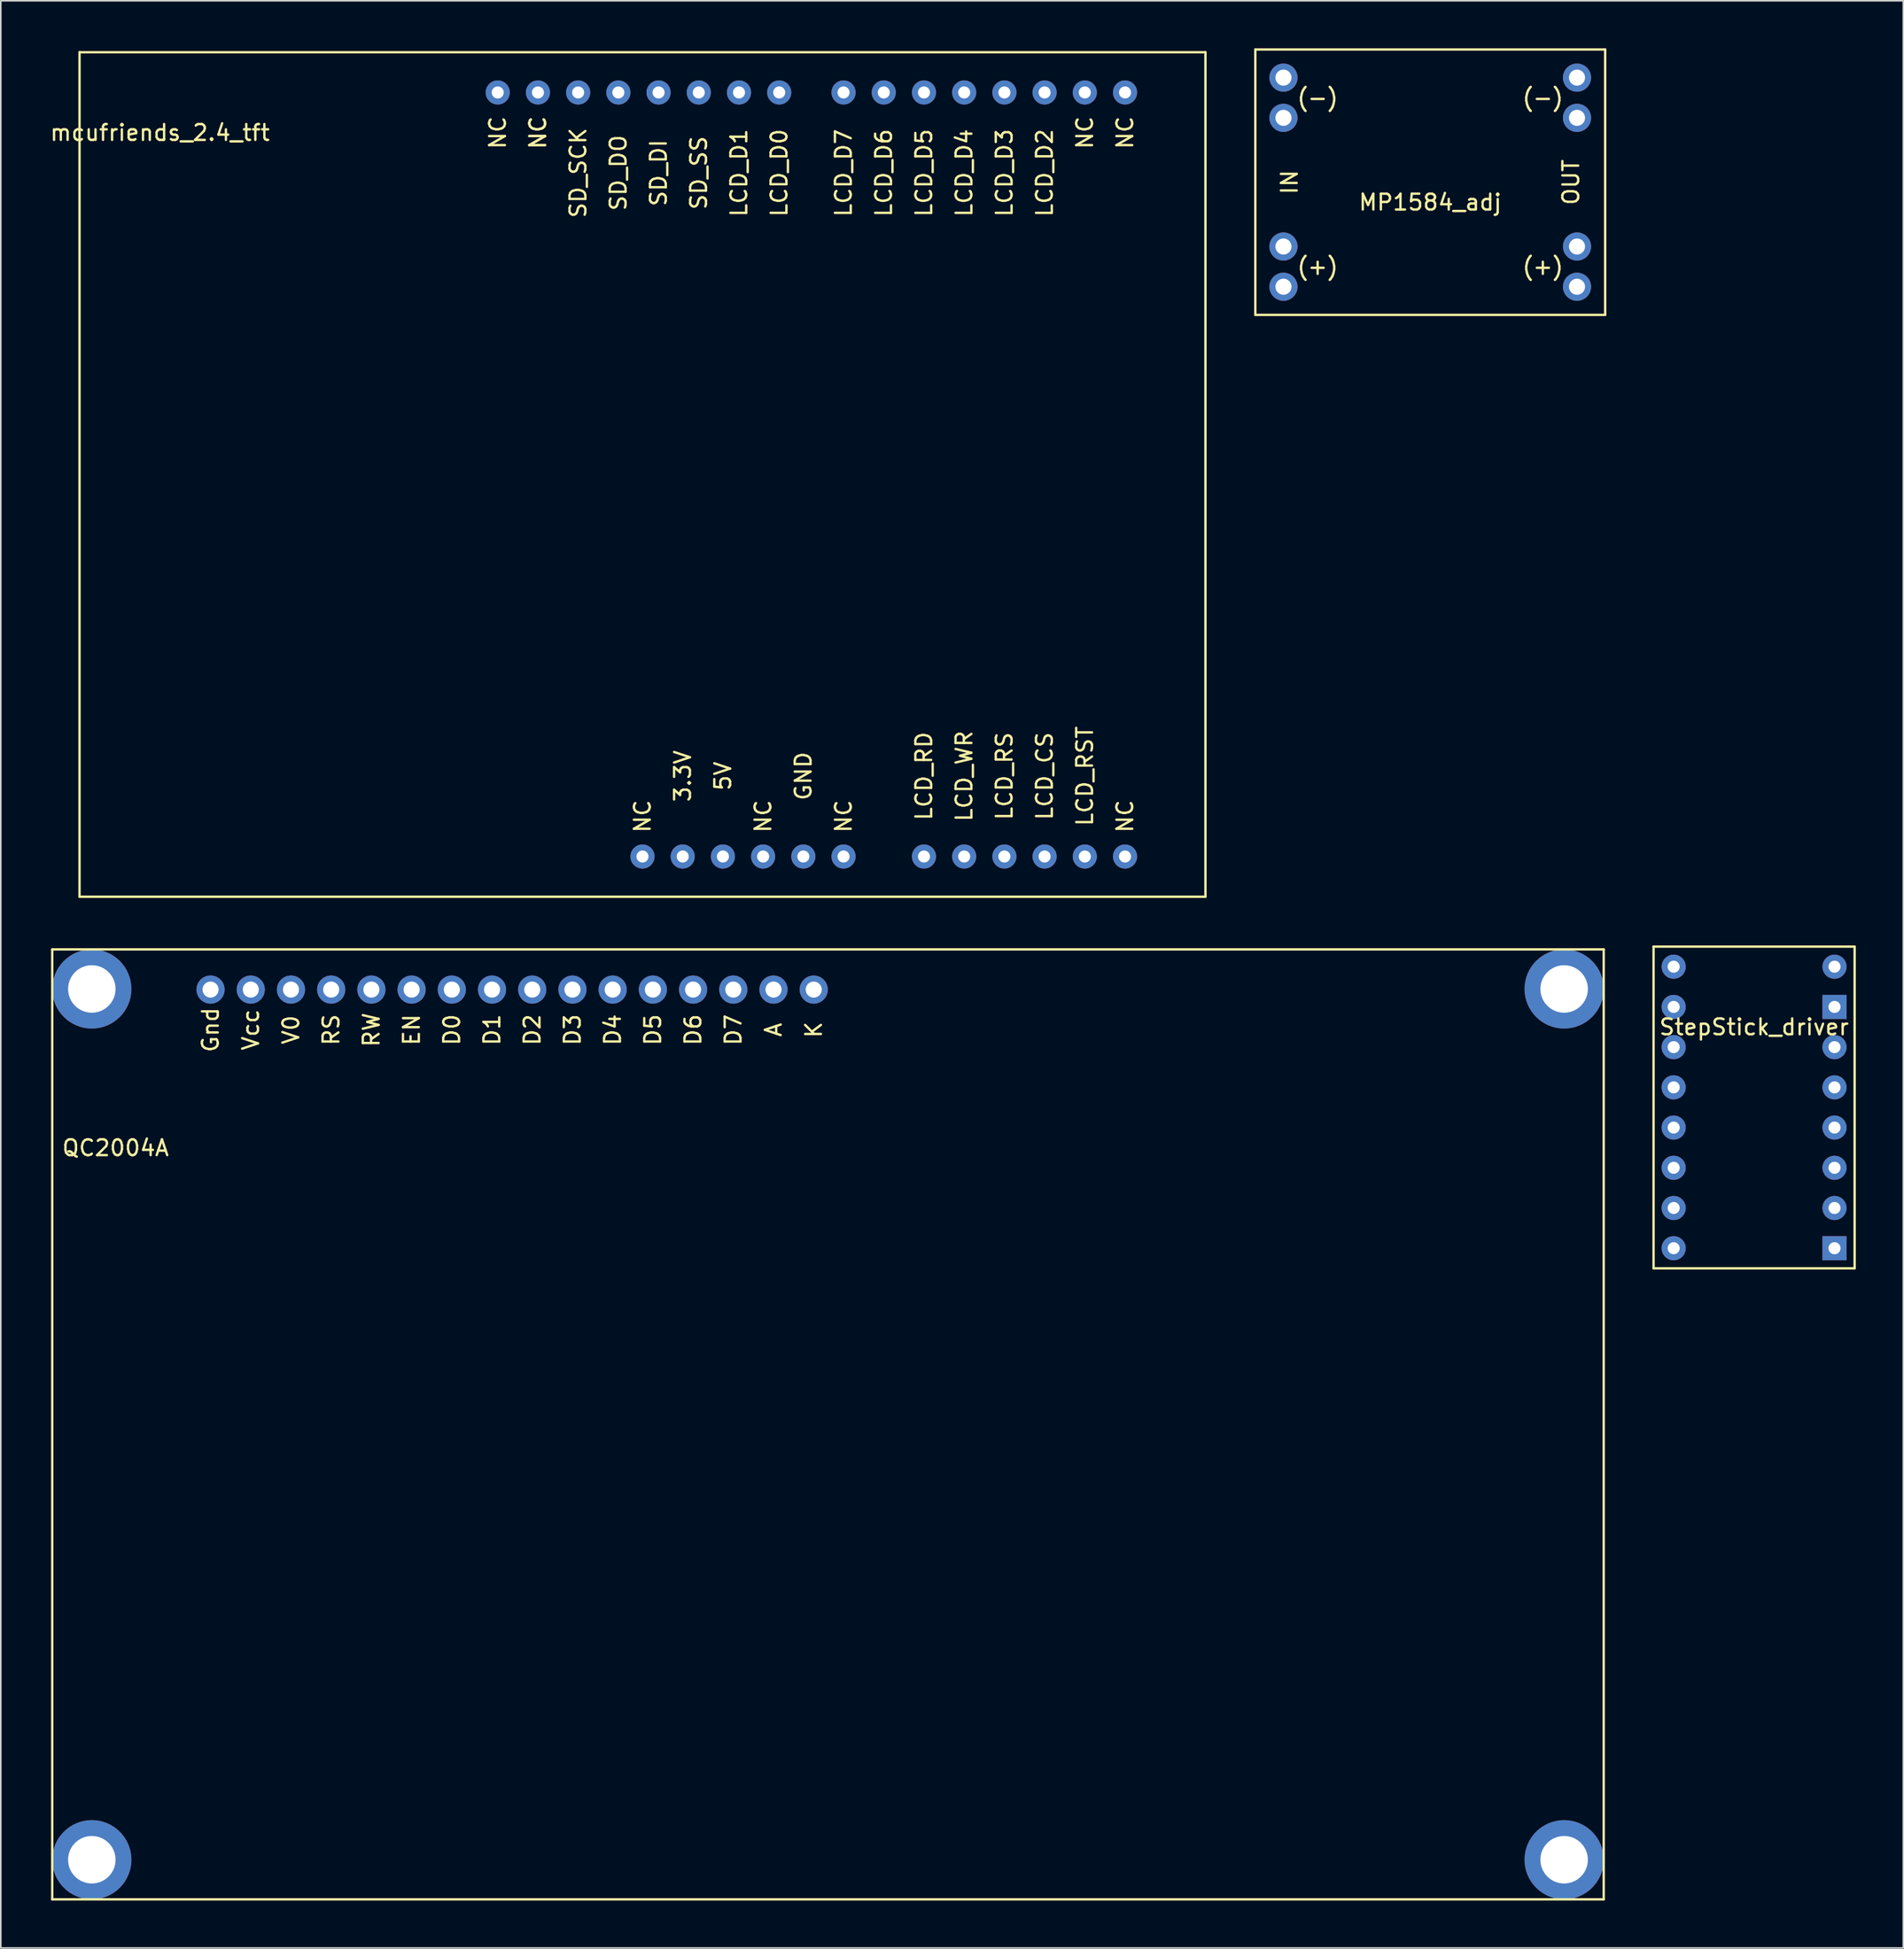
<source format=kicad_pcb>
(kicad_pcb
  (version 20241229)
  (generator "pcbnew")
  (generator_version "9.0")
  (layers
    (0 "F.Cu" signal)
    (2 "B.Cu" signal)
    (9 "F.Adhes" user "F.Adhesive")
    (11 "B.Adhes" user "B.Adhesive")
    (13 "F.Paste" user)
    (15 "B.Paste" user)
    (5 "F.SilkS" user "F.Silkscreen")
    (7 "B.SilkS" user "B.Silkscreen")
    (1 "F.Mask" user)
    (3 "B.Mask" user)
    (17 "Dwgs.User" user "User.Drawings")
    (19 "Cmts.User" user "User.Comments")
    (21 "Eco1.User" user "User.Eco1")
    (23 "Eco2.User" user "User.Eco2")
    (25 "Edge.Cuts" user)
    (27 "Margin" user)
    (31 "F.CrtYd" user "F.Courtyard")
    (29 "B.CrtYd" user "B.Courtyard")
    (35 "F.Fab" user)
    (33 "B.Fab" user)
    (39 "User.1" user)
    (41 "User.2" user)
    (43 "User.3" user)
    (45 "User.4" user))
  (footprint "QC2004A"
    (layer "F.Cu")
    (at 0.25 56.915)
    (property "Reference" "QC2004A" (at 4 12.54 0) (layer "F.SilkS") (effects (font (size 1 1) (thickness 0.15))))
    (attr through_hole)
    (fp_line (start 0 0) (end 98 0) (stroke (width 0.15) (type solid)) (layer "F.SilkS"))
    (fp_line (start 0 60) (end 0 0) (stroke (width 0.15) (type solid)) (layer "F.SilkS"))
    (fp_line (start 98 0) (end 98 60) (stroke (width 0.15) (type solid)) (layer "F.SilkS"))
    (fp_line (start 98 60) (end 0 60) (stroke (width 0.15) (type solid)) (layer "F.SilkS"))
    (fp_text user "EN" (at 22.7 5.08 90) (layer "F.SilkS") (effects (font (size 1 1) (thickness 0.15))))
    (fp_text user "Vcc" (at 12.54 5.08 90) (layer "F.SilkS") (effects (font (size 1 1) (thickness 0.15))))
    (fp_text user "RW" (at 20.16 5.08 90) (layer "F.SilkS") (effects (font (size 1 1) (thickness 0.15))))
    (fp_text user "D3" (at 32.86 5.08 90) (layer "F.SilkS") (effects (font (size 1 1) (thickness 0.15))))
    (fp_text user "K" (at 48.1 5.08 90) (layer "F.SilkS") (effects (font (size 1 1) (thickness 0.15))))
    (fp_text user "D6" (at 40.48 5.08 90) (layer "F.SilkS") (effects (font (size 1 1) (thickness 0.15))))
    (fp_text user "A" (at 45.56 5.08 90) (layer "F.SilkS") (effects (font (size 1 1) (thickness 0.15))))
    (fp_text user "D0" (at 25.24 5.08 90) (layer "F.SilkS") (effects (font (size 1 1) (thickness 0.15))))
    (fp_text user "D5" (at 37.94 5.08 90) (layer "F.SilkS") (effects (font (size 1 1) (thickness 0.15))))
    (fp_text user "D7" (at 43.02 5.08 90) (layer "F.SilkS") (effects (font (size 1 1) (thickness 0.15))))
    (fp_text user "D1" (at 27.78 5.08 90) (layer "F.SilkS") (effects (font (size 1 1) (thickness 0.15))))
    (fp_text user "V0" (at 15.08 5.08 90) (layer "F.SilkS") (effects (font (size 1 1) (thickness 0.15))))
    (fp_text user "RS" (at 17.62 5.08 90) (layer "F.SilkS") (effects (font (size 1 1) (thickness 0.15))))
    (fp_text user "D4" (at 35.4 5.08 90) (layer "F.SilkS") (effects (font (size 1 1) (thickness 0.15))))
    (fp_text user "D2" (at 30.32 5.08 90) (layer "F.SilkS") (effects (font (size 1 1) (thickness 0.15))))
    (fp_text user "Gnd" (at 10 5.08 90) (layer "F.SilkS") (effects (font (size 1 1) (thickness 0.15))))
    (pad "" np_thru_hole circle (at 2.5 2.5) (size 5 5) (drill 3) (layers "*.Cu" "*.Mask"))
    (pad "" np_thru_hole circle (at 2.5 57.5) (size 5 5) (drill 3) (layers "*.Cu" "*.Mask"))
    (pad "" np_thru_hole circle (at 95.5 2.5) (size 5 5) (drill 3) (layers "*.Cu" "*.Mask"))
    (pad "" np_thru_hole circle (at 95.5 57.5) (size 5 5) (drill 3) (layers "*.Cu" "*.Mask"))
    (pad "1" thru_hole circle (at 10 2.54) (size 1.778 1.778) (drill 1.016) (layers "*.Cu" "*.Mask"))
    (pad "2" thru_hole circle (at 12.54 2.54) (size 1.778 1.778) (drill 1.016) (layers "*.Cu" "*.Mask"))
    (pad "3" thru_hole circle (at 15.08 2.54) (size 1.778 1.778) (drill 1.016) (layers "*.Cu" "*.Mask"))
    (pad "4" thru_hole circle (at 17.62 2.54) (size 1.778 1.778) (drill 1.016) (layers "*.Cu" "*.Mask"))
    (pad "5" thru_hole circle (at 20.16 2.54) (size 1.778 1.778) (drill 1.016) (layers "*.Cu" "*.Mask"))
    (pad "6" thru_hole circle (at 22.7 2.54) (size 1.778 1.778) (drill 1.016) (layers "*.Cu" "*.Mask"))
    (pad "7" thru_hole circle (at 25.24 2.54) (size 1.778 1.778) (drill 1.016) (layers "*.Cu" "*.Mask"))
    (pad "8" thru_hole circle (at 27.78 2.54) (size 1.778 1.778) (drill 1.016) (layers "*.Cu" "*.Mask"))
    (pad "9" thru_hole circle (at 30.32 2.54) (size 1.778 1.778) (drill 1.016) (layers "*.Cu" "*.Mask"))
    (pad "10" thru_hole circle (at 32.86 2.54) (size 1.778 1.778) (drill 1.016) (layers "*.Cu" "*.Mask"))
    (pad "11" thru_hole circle (at 35.4 2.54) (size 1.778 1.778) (drill 1.016) (layers "*.Cu" "*.Mask"))
    (pad "12" thru_hole circle (at 37.94 2.54) (size 1.778 1.778) (drill 1.016) (layers "*.Cu" "*.Mask"))
    (pad "13" thru_hole circle (at 40.48 2.54) (size 1.778 1.778) (drill 1.016) (layers "*.Cu" "*.Mask"))
    (pad "14" thru_hole circle (at 43.02 2.54) (size 1.778 1.778) (drill 1.016) (layers "*.Cu" "*.Mask"))
    (pad "15" thru_hole circle (at 45.56 2.54) (size 1.778 1.778) (drill 1.016) (layers "*.Cu" "*.Mask"))
    (pad "16" thru_hole circle (at 48.1 2.54) (size 1.778 1.778) (drill 1.016) (layers "*.Cu" "*.Mask")))
  (footprint "MP1584_adj"
    (layer "F.Cu")
    (at 87.293 8.457)
    (property "Reference" "MP1584_adj" (at 0 1.27 0) (layer "F.SilkS") (effects (font (size 1 1) (thickness 0.15))))
    (attr through_hole)
    (fp_line (start -11.049 -8.382) (end 11.049 -8.382) (stroke (width 0.15) (type solid)) (layer "F.SilkS"))
    (fp_line (start -11.049 8.382) (end -11.049 -8.382) (stroke (width 0.15) (type solid)) (layer "F.SilkS"))
    (fp_line (start 11.049 -8.382) (end 11.049 8.382) (stroke (width 0.15) (type solid)) (layer "F.SilkS"))
    (fp_line (start 11.049 8.382) (end -11.049 8.382) (stroke (width 0.15) (type solid)) (layer "F.SilkS"))
    (fp_text user "(-)" (at 7.112 -5.334 0) (layer "F.SilkS") (effects (font (size 1 1) (thickness 0.15))))
    (fp_text user "IN" (at -8.89 0 90) (layer "F.SilkS") (effects (font (size 1 1) (thickness 0.15))))
    (fp_text user "(+)" (at 7.112 5.334 0) (layer "F.SilkS") (effects (font (size 1 1) (thickness 0.15))))
    (fp_text user "(+)" (at -7.112 5.334 0) (layer "F.SilkS") (effects (font (size 1 1) (thickness 0.15))))
    (fp_text user "(-)" (at -7.112 -5.334 0) (layer "F.SilkS") (effects (font (size 1 1) (thickness 0.15))))
    (fp_text user "OUT" (at 8.89 0 90) (layer "F.SilkS") (effects (font (size 1 1) (thickness 0.15))))
    (pad "1" thru_hole circle (at -9.271 -6.604) (size 1.778 1.778) (drill 1.016) (layers "*.Cu" "*.Mask"))
    (pad "1" thru_hole circle (at -9.271 -4.064) (size 1.778 1.778) (drill 1.016) (layers "*.Cu" "*.Mask"))
    (pad "2" thru_hole circle (at -9.271 4.064) (size 1.778 1.778) (drill 1.016) (layers "*.Cu" "*.Mask"))
    (pad "2" thru_hole circle (at -9.271 6.604) (size 1.778 1.778) (drill 1.016) (layers "*.Cu" "*.Mask"))
    (pad "3" thru_hole circle (at 9.271 4.064) (size 1.778 1.778) (drill 1.016) (layers "*.Cu" "*.Mask"))
    (pad "3" thru_hole circle (at 9.271 6.604) (size 1.778 1.778) (drill 1.016) (layers "*.Cu" "*.Mask"))
    (pad "4" thru_hole circle (at 9.271 -6.604) (size 1.778 1.778) (drill 1.016) (layers "*.Cu" "*.Mask"))
    (pad "4" thru_hole circle (at 9.271 -4.064) (size 1.778 1.778) (drill 1.016) (layers "*.Cu" "*.Mask")))
  (footprint "StepStick_driver"
    (layer "F.Cu")
    (at 107.75 58.01)
    (property "Reference" "StepStick_driver" (at 0 3.81 0) (layer "F.SilkS") (effects (font (size 1 1) (thickness 0.15))))
    (attr through_hole)
    (fp_line (start -6.35 -1.27) (end 6.35 -1.27) (stroke (width 0.15) (type solid)) (layer "F.SilkS"))
    (fp_line (start -6.35 19.05) (end -6.35 -1.27) (stroke (width 0.15) (type solid)) (layer "F.SilkS"))
    (fp_line (start 6.35 -1.27) (end 6.35 19.05) (stroke (width 0.15) (type solid)) (layer "F.SilkS"))
    (fp_line (start 6.35 19.05) (end -6.35 19.05) (stroke (width 0.15) (type solid)) (layer "F.SilkS"))
    (pad "1" thru_hole circle (at -5.08 0) (size 1.524 1.524) (drill 0.762) (layers "*.Cu" "*.Mask"))
    (pad "2" thru_hole circle (at -5.08 2.54) (size 1.524 1.524) (drill 0.762) (layers "*.Cu" "*.Mask"))
    (pad "3" thru_hole circle (at -5.08 5.08) (size 1.524 1.524) (drill 0.762) (layers "*.Cu" "*.Mask"))
    (pad "4" thru_hole circle (at -5.08 7.62) (size 1.524 1.524) (drill 0.762) (layers "*.Cu" "*.Mask"))
    (pad "5" thru_hole circle (at -5.08 10.16) (size 1.524 1.524) (drill 0.762) (layers "*.Cu" "*.Mask"))
    (pad "6" thru_hole circle (at -5.08 12.7) (size 1.524 1.524) (drill 0.762) (layers "*.Cu" "*.Mask"))
    (pad "7" thru_hole circle (at -5.08 15.24) (size 1.524 1.524) (drill 0.762) (layers "*.Cu" "*.Mask"))
    (pad "8" thru_hole circle (at -5.08 17.78) (size 1.524 1.524) (drill 0.762) (layers "*.Cu" "*.Mask"))
    (pad "9" thru_hole rect (at 5.08 17.78) (size 1.524 1.524) (drill 0.762) (layers "*.Cu" "*.Mask"))
    (pad "10" thru_hole circle (at 5.08 15.24) (size 1.524 1.524) (drill 0.762) (layers "*.Cu" "*.Mask"))
    (pad "11" thru_hole circle (at 5.08 12.7) (size 1.524 1.524) (drill 0.762) (layers "*.Cu" "*.Mask"))
    (pad "12" thru_hole circle (at 5.08 10.16) (size 1.524 1.524) (drill 0.762) (layers "*.Cu" "*.Mask"))
    (pad "13" thru_hole circle (at 5.08 7.62) (size 1.524 1.524) (drill 0.762) (layers "*.Cu" "*.Mask"))
    (pad "14" thru_hole circle (at 5.08 5.08) (size 1.524 1.524) (drill 0.762) (layers "*.Cu" "*.Mask"))
    (pad "15" thru_hole rect (at 5.08 2.54) (size 1.524 1.524) (drill 0.762) (layers "*.Cu" "*.Mask"))
    (pad "16" thru_hole circle (at 5.08 0) (size 1.524 1.524) (drill 0.762) (layers "*.Cu" "*.Mask")))
  (footprint "mcufriends_2.4_tft"
    (layer "F.Cu")
    (at 68.014 0.25)
    (property "Reference" "mcufriends_2.4_tft" (at -60.96 5.08 0) (layer "F.SilkS") (effects (font (size 1 1) (thickness 0.15))))
    (attr through_hole)
    (fp_line (start -66.04 0) (end -66.04 53.34) (stroke (width 0.15) (type solid)) (layer "F.SilkS"))
    (fp_line (start -66.04 53.34) (end 5.08 53.34) (stroke (width 0.15) (type solid)) (layer "F.SilkS"))
    (fp_line (start 5.08 0) (end -66.04 0) (stroke (width 0.15) (type solid)) (layer "F.SilkS"))
    (fp_line (start 5.08 53.34) (end 5.08 0) (stroke (width 0.15) (type solid)) (layer "F.SilkS"))
    (fp_text user "NC" (at -22.86 48.26 90) (layer "F.SilkS") (effects (font (size 1 1) (thickness 0.15))))
    (fp_text user "LCD_RST" (at -2.54 45.72 90) (layer "F.SilkS") (effects (font (size 1 1) (thickness 0.15))))
    (fp_text user "SD_DO" (at -32.004 7.62 90) (layer "F.SilkS") (effects (font (size 1 1) (thickness 0.15))))
    (fp_text user "3.3V" (at -27.94 45.72 90) (layer "F.SilkS") (effects (font (size 1 1) (thickness 0.15))))
    (fp_text user "LCD_WR" (at -10.16 45.72 90) (layer "F.SilkS") (effects (font (size 1 1) (thickness 0.15))))
    (fp_text user "NC" (at 0 5.08 90) (layer "F.SilkS") (effects (font (size 1 1) (thickness 0.15))))
    (fp_text user "NC" (at -30.48 48.26 90) (layer "F.SilkS") (effects (font (size 1 1) (thickness 0.15))))
    (fp_text user "LCD_D1" (at -24.384 7.62 90) (layer "F.SilkS") (effects (font (size 1 1) (thickness 0.15))))
    (fp_text user "SD_DI" (at -29.464 7.62 90) (layer "F.SilkS") (effects (font (size 1 1) (thickness 0.15))))
    (fp_text user "LCD_D2" (at -5.08 7.62 90) (layer "F.SilkS") (effects (font (size 1 1) (thickness 0.15))))
    (fp_text user "5V" (at -25.4 45.72 90) (layer "F.SilkS") (effects (font (size 1 1) (thickness 0.15))))
    (fp_text user "SD_SS" (at -26.924 7.62 90) (layer "F.SilkS") (effects (font (size 1 1) (thickness 0.15))))
    (fp_text user "LCD_D7" (at -17.78 7.62 90) (layer "F.SilkS") (effects (font (size 1 1) (thickness 0.15))))
    (fp_text user "LCD_D6" (at -15.24 7.62 90) (layer "F.SilkS") (effects (font (size 1 1) (thickness 0.15))))
    (fp_text user "NC" (at -37.084 5.08 90) (layer "F.SilkS") (effects (font (size 1 1) (thickness 0.15))))
    (fp_text user "NC" (at -17.78 48.26 90) (layer "F.SilkS") (effects (font (size 1 1) (thickness 0.15))))
    (fp_text user "NC" (at 0 48.26 90) (layer "F.SilkS") (effects (font (size 1 1) (thickness 0.15))))
    (fp_text user "NC" (at -39.624 5.08 90) (layer "F.SilkS") (effects (font (size 1 1) (thickness 0.15))))
    (fp_text user "LCD_RS" (at -7.62 45.72 90) (layer "F.SilkS") (effects (font (size 1 1) (thickness 0.15))))
    (fp_text user "LCD_D3" (at -7.62 7.62 90) (layer "F.SilkS") (effects (font (size 1 1) (thickness 0.15))))
    (fp_text user "LCD_RD" (at -12.7 45.72 90) (layer "F.SilkS") (effects (font (size 1 1) (thickness 0.15))))
    (fp_text user "LCD_D0" (at -21.844 7.62 90) (layer "F.SilkS") (effects (font (size 1 1) (thickness 0.15))))
    (fp_text user "LCD_CS" (at -5.08 45.72 90) (layer "F.SilkS") (effects (font (size 1 1) (thickness 0.15))))
    (fp_text user "GND" (at -20.32 45.72 90) (layer "F.SilkS") (effects (font (size 1 1) (thickness 0.15))))
    (fp_text user "SD_SCK" (at -34.544 7.62 90) (layer "F.SilkS") (effects (font (size 1 1) (thickness 0.15))))
    (fp_text user "LCD_D4" (at -10.16 7.62 90) (layer "F.SilkS") (effects (font (size 1 1) (thickness 0.15))))
    (fp_text user "NC" (at -37.084 5.08 90) (layer "F.SilkS") (effects (font (size 1 1) (thickness 0.15))))
    (fp_text user "LCD_D5" (at -12.7 7.62 90) (layer "F.SilkS") (effects (font (size 1 1) (thickness 0.15))))
    (fp_text user "NC" (at -2.54 5.08 90) (layer "F.SilkS") (effects (font (size 1 1) (thickness 0.15))))
    (pad "1" thru_hole circle (at 0 2.54) (size 1.524 1.524) (drill 0.762) (layers "*.Cu" "*.Mask"))
    (pad "2" thru_hole circle (at -2.54 2.54) (size 1.524 1.524) (drill 0.762) (layers "*.Cu" "*.Mask"))
    (pad "3" thru_hole circle (at -5.08 2.54) (size 1.524 1.524) (drill 0.762) (layers "*.Cu" "*.Mask"))
    (pad "4" thru_hole circle (at -7.62 2.54) (size 1.524 1.524) (drill 0.762) (layers "*.Cu" "*.Mask"))
    (pad "5" thru_hole circle (at -10.16 2.54) (size 1.524 1.524) (drill 0.762) (layers "*.Cu" "*.Mask"))
    (pad "6" thru_hole circle (at -12.7 2.54) (size 1.524 1.524) (drill 0.762) (layers "*.Cu" "*.Mask"))
    (pad "7" thru_hole circle (at -15.24 2.54) (size 1.524 1.524) (drill 0.762) (layers "*.Cu" "*.Mask"))
    (pad "8" thru_hole circle (at -17.78 2.54) (size 1.524 1.524) (drill 0.762) (layers "*.Cu" "*.Mask"))
    (pad "9" thru_hole circle (at -21.844 2.54) (size 1.524 1.524) (drill 0.762) (layers "*.Cu" "*.Mask"))
    (pad "10" thru_hole circle (at -24.384 2.54) (size 1.524 1.524) (drill 0.762) (layers "*.Cu" "*.Mask"))
    (pad "11" thru_hole circle (at -26.924 2.54) (size 1.524 1.524) (drill 0.762) (layers "*.Cu" "*.Mask"))
    (pad "12" thru_hole circle (at -29.464 2.54) (size 1.524 1.524) (drill 0.762) (layers "*.Cu" "*.Mask"))
    (pad "13" thru_hole circle (at -32.004 2.54) (size 1.524 1.524) (drill 0.762) (layers "*.Cu" "*.Mask"))
    (pad "14" thru_hole circle (at -34.544 2.54) (size 1.524 1.524) (drill 0.762) (layers "*.Cu" "*.Mask"))
    (pad "15" thru_hole circle (at -37.084 2.54) (size 1.524 1.524) (drill 0.762) (layers "*.Cu" "*.Mask"))
    (pad "16" thru_hole circle (at -39.624 2.54) (size 1.524 1.524) (drill 0.762) (layers "*.Cu" "*.Mask"))
    (pad "17" thru_hole circle (at 0 50.8) (size 1.524 1.524) (drill 0.762) (layers "*.Cu" "*.Mask"))
    (pad "18" thru_hole circle (at -2.54 50.8) (size 1.524 1.524) (drill 0.762) (layers "*.Cu" "*.Mask"))
    (pad "19" thru_hole circle (at -5.08 50.8) (size 1.524 1.524) (drill 0.762) (layers "*.Cu" "*.Mask"))
    (pad "20" thru_hole circle (at -7.62 50.8) (size 1.524 1.524) (drill 0.762) (layers "*.Cu" "*.Mask"))
    (pad "21" thru_hole circle (at -10.16 50.8) (size 1.524 1.524) (drill 0.762) (layers "*.Cu" "*.Mask"))
    (pad "22" thru_hole circle (at -12.7 50.8) (size 1.524 1.524) (drill 0.762) (layers "*.Cu" "*.Mask"))
    (pad "23" thru_hole circle (at -17.78 50.8) (size 1.524 1.524) (drill 0.762) (layers "*.Cu" "*.Mask"))
    (pad "24" thru_hole circle (at -20.32 50.8) (size 1.524 1.524) (drill 0.762) (layers "*.Cu" "*.Mask"))
    (pad "25" thru_hole circle (at -22.86 50.8) (size 1.524 1.524) (drill 0.762) (layers "*.Cu" "*.Mask"))
    (pad "26" thru_hole circle (at -25.4 50.8) (size 1.524 1.524) (drill 0.762) (layers "*.Cu" "*.Mask"))
    (pad "27" thru_hole circle (at -27.94 50.8) (size 1.524 1.524) (drill 0.762) (layers "*.Cu" "*.Mask"))
    (pad "28" thru_hole circle (at -30.48 50.8) (size 1.524 1.524) (drill 0.762) (layers "*.Cu" "*.Mask")))
  (gr_rect
    (start -3 -3)
    (end 117.175 119.99)
    (stroke (width 0.1) (type default))
    (fill no)
    (layer "Edge.Cuts")))
</source>
